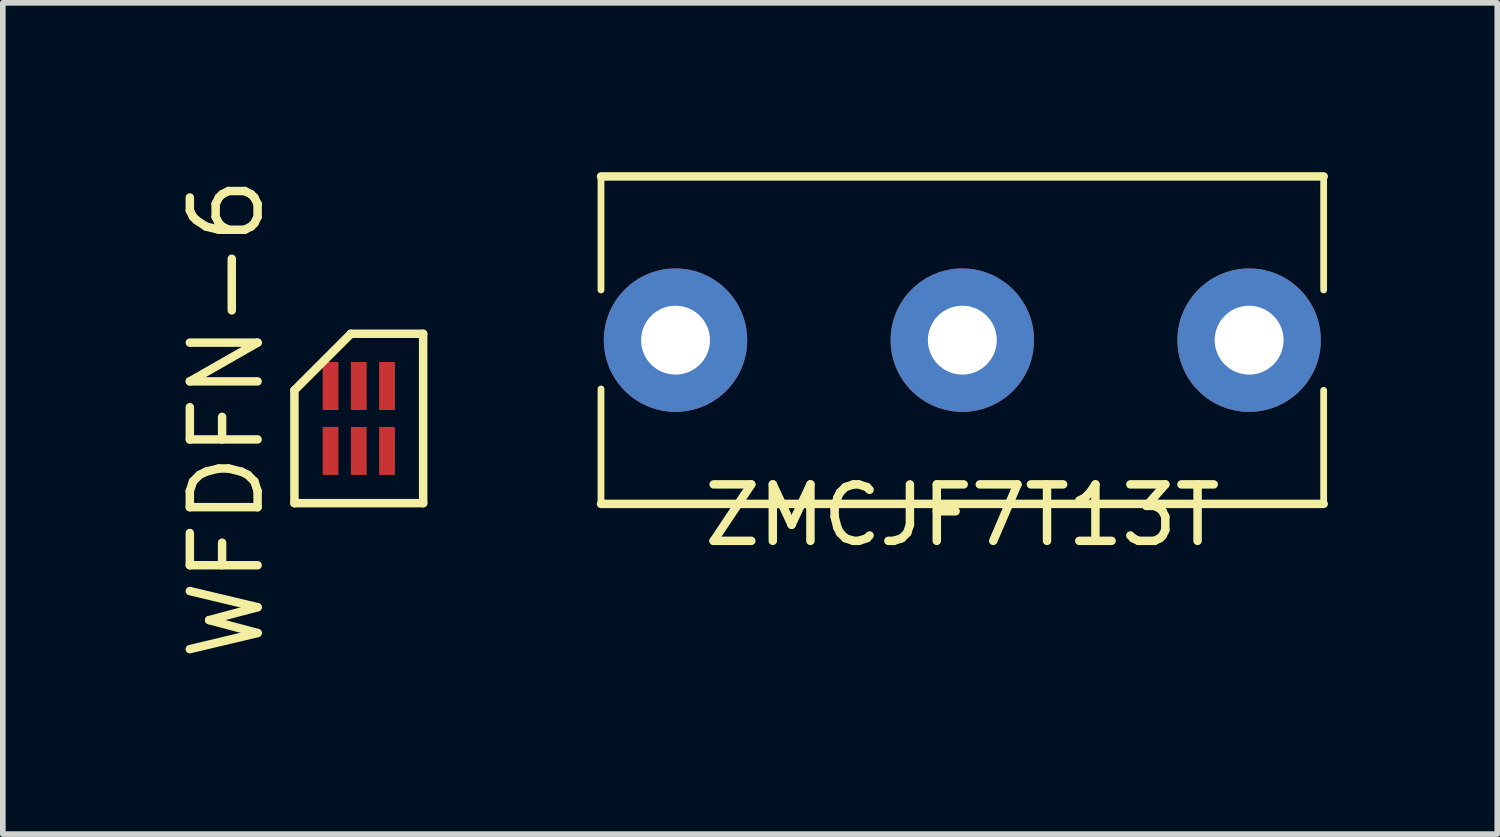
<source format=kicad_pcb>
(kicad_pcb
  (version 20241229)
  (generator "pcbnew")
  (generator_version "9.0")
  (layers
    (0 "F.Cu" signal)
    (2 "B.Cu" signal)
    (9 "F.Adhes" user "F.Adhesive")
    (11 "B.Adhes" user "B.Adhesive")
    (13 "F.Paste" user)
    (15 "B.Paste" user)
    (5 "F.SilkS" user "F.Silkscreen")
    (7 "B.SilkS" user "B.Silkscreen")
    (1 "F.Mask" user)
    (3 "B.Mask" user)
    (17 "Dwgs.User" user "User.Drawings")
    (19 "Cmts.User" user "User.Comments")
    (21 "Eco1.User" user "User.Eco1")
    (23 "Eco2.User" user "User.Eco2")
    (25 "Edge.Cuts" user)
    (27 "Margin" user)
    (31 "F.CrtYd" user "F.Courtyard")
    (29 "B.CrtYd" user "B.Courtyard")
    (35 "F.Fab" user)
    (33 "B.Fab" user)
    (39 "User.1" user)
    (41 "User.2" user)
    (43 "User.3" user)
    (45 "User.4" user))
  (footprint "WFDFN-6"
    (layer "F.Cu")
    (at 3.305 4.362)
    (property "Reference" "WFDFN-6" (at -2.34 0 90) (layer "F.SilkS") (effects (font (size 1.2 1.2) (thickness 0.15))))
    (attr through_hole)
    (fp_line (start -1.14 -0.5) (end -1.14 1.5) (stroke (width 0.15) (type solid)) (layer "F.SilkS"))
    (fp_line (start -1.14 1.5) (end 1.14 1.5) (stroke (width 0.15) (type solid)) (layer "F.SilkS"))
    (fp_line (start -0.14 -1.5) (end -1.14 -0.5) (stroke (width 0.15) (type solid)) (layer "F.SilkS"))
    (fp_line (start 1.14 -1.5) (end -0.14 -1.5) (stroke (width 0.15) (type solid)) (layer "F.SilkS"))
    (fp_line (start 1.14 1.5) (end 1.14 -1.5) (stroke (width 0.15) (type solid)) (layer "F.SilkS"))
    (pad "1" smd rect (at -0.5 0.575) (size 0.28 0.85) (layers "F.Cu" "F.Mask" "F.Paste"))
    (pad "2" smd rect (at 0 0.575) (size 0.28 0.85) (layers "F.Cu" "F.Mask" "F.Paste"))
    (pad "3" smd rect (at 0.5 0.575) (size 0.28 0.85) (layers "F.Cu" "F.Mask" "F.Paste"))
    (pad "4" smd rect (at 0.5 -0.575) (size 0.28 0.85) (layers "F.Cu" "F.Mask" "F.Paste"))
    (pad "5" smd rect (at 0 -0.575) (size 0.28 0.85) (layers "F.Cu" "F.Mask" "F.Paste"))
    (pad "6" smd rect (at -0.5 -0.575) (size 0.28 0.85) (layers "F.Cu" "F.Mask" "F.Paste")))
  (footprint "ZMCJF7T13T"
    (layer "F.Cu")
    (at 13.995 2.975)
    (property "Reference" "ZMCJF7T13T" (at 0 3.1 0) (layer "F.SilkS") (effects (font (size 1 1) (thickness 0.15))))
    (fp_line (start -6.4 -2.9) (end -6.4 -0.889) (stroke (width 0.12) (type solid)) (layer "F.SilkS"))
    (fp_line (start -6.4 2.87) (end -6.4 0.864) (stroke (width 0.12) (type solid)) (layer "F.SilkS"))
    (fp_line (start -6.4 2.9) (end 6.4 2.9) (stroke (width 0.15) (type solid)) (layer "F.SilkS"))
    (fp_line (start 6.4 -2.9) (end -6.4 -2.9) (stroke (width 0.15) (type solid)) (layer "F.SilkS"))
    (fp_line (start 6.4 -2.9) (end 6.4 -0.889) (stroke (width 0.12) (type solid)) (layer "F.SilkS"))
    (fp_line (start 6.4 2.9) (end 6.4 0.889) (stroke (width 0.12) (type solid)) (layer "F.SilkS"))
    (pad "C" thru_hole circle (at -5.08 0) (size 2.54 2.54) (drill 1.22) (layers "*.Cu" "*.Mask"))
    (pad "NC" thru_hole circle (at 5.08 0) (size 2.54 2.54) (drill 1.22) (layers "*.Cu" "*.Mask"))
    (pad "NO" thru_hole circle (at 0 0) (size 2.54 2.54) (drill 1.22) (layers "*.Cu" "*.Mask")))
  (gr_rect
    (start -3 -3)
    (end 23.47 11.724)
    (stroke (width 0.1) (type default))
    (fill no)
    (layer "Edge.Cuts")))
</source>
